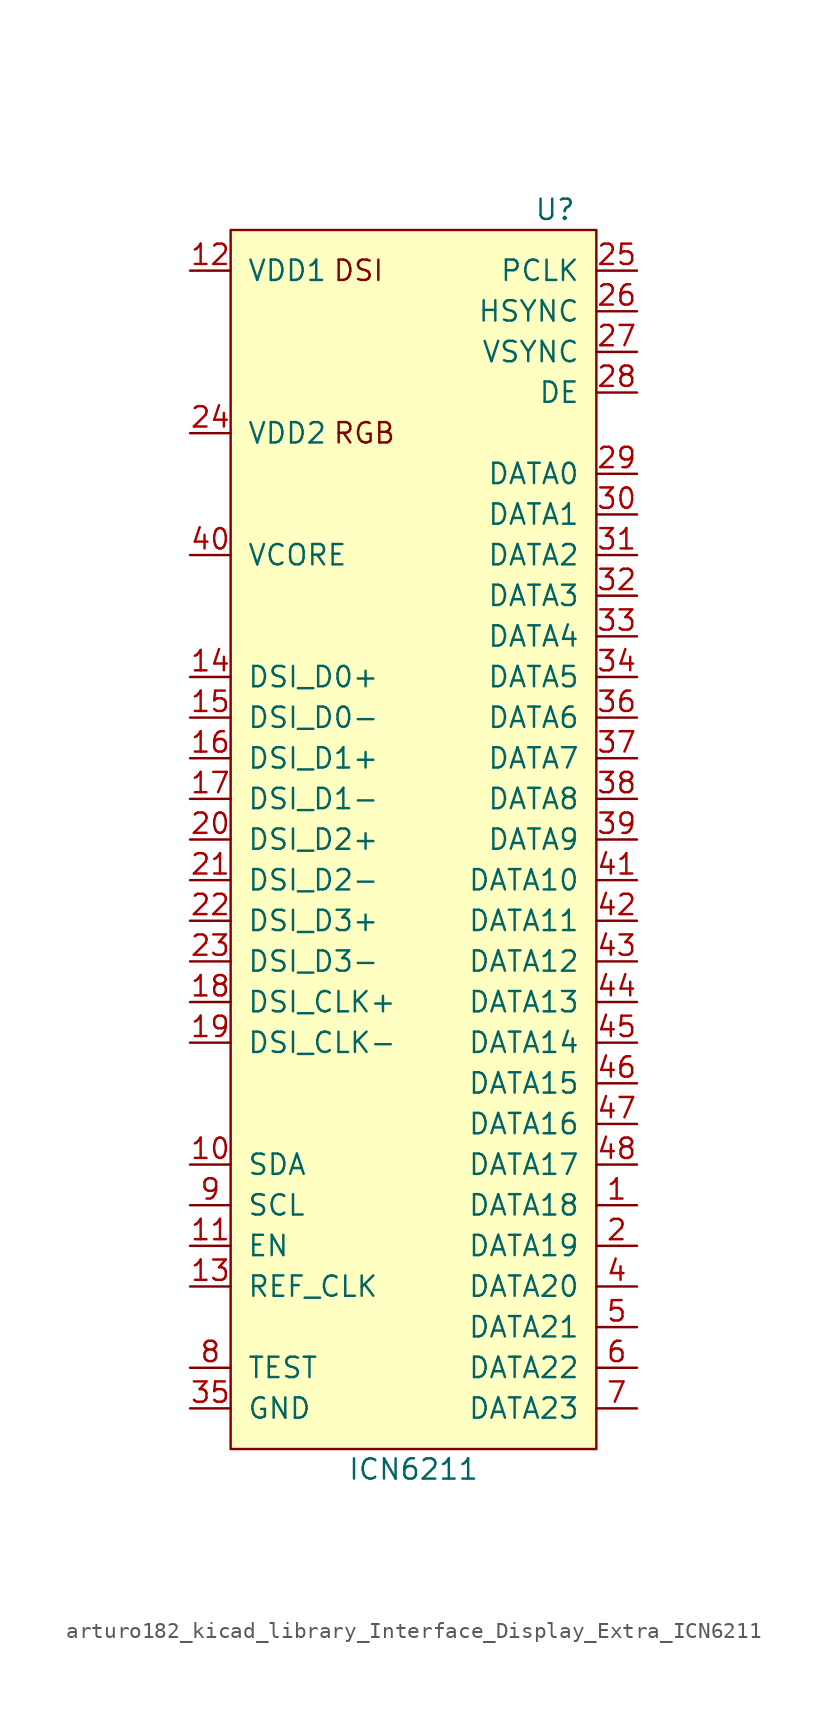
<source format=kicad_sym>
(kicad_symbol_lib
  (version 20220914)
  (generator kicad_symbol_editor)
  (symbol "arturo182_kicad_library_Interface_Display_Extra_ICN6211"
    (pin_names
      (offset 1.016))
    (property "Reference" "U"
      (at 10.16 39.37 0)
      (effects (font (size 1.27 1.27)) (justify right)))
    (property "Value" "ICN6211"
      (at 0 -39.37 0)
      (effects (font (size 1.27 1.27))))
    (symbol "arturo182_kicad_library_Interface_Display_Extra_ICN6211_0_0"
      (text "DSI" (at -5.08 35.56 0) (effects (font (size 1.27 1.27)) (justify left)))
      (text "RGB" (at -5.08 25.4 0) (effects (font (size 1.27 1.27)) (justify left))))
    (symbol "arturo182_kicad_library_Interface_Display_Extra_ICN6211_0_1"
      (rectangle (start -11.43 38.1) (end 11.43 -38.1) (stroke (width 0) (type solid)) (fill (type background))))
    (symbol "arturo182_kicad_library_Interface_Display_Extra_ICN6211_1_1"
      (pin output line (at 13.97 -22.86 180) (length 2.54) (name "DATA18" (effects (font (size 1.27 1.27)))) (number "1" (effects (font (size 1.27 1.27)))))
      (pin bidirectional line (at -13.97 -20.32 0) (length 2.54) (name "SDA" (effects (font (size 1.27 1.27)))) (number "10" (effects (font (size 1.27 1.27)))))
      (pin input line (at -13.97 -25.4 0) (length 2.54) (name "EN" (effects (font (size 1.27 1.27)))) (number "11" (effects (font (size 1.27 1.27)))))
      (pin power_in line (at -13.97 35.56 0) (length 2.54) (name "VDD1" (effects (font (size 1.27 1.27)))) (number "12" (effects (font (size 1.27 1.27)))))
      (pin input line (at -13.97 -27.94 0) (length 2.54) (name "REF_CLK" (effects (font (size 1.27 1.27)))) (number "13" (effects (font (size 1.27 1.27)))))
      (pin bidirectional line (at -13.97 10.16 0) (length 2.54) (name "DSI_D0+" (effects (font (size 1.27 1.27)))) (number "14" (effects (font (size 1.27 1.27)))))
      (pin bidirectional line (at -13.97 7.62 0) (length 2.54) (name "DSI_D0-" (effects (font (size 1.27 1.27)))) (number "15" (effects (font (size 1.27 1.27)))))
      (pin bidirectional line (at -13.97 5.08 0) (length 2.54) (name "DSI_D1+" (effects (font (size 1.27 1.27)))) (number "16" (effects (font (size 1.27 1.27)))))
      (pin bidirectional line (at -13.97 2.54 0) (length 2.54) (name "DSI_D1-" (effects (font (size 1.27 1.27)))) (number "17" (effects (font (size 1.27 1.27)))))
      (pin bidirectional line (at -13.97 -10.16 0) (length 2.54) (name "DSI_CLK+" (effects (font (size 1.27 1.27)))) (number "18" (effects (font (size 1.27 1.27)))))
      (pin bidirectional line (at -13.97 -12.7 0) (length 2.54) (name "DSI_CLK-" (effects (font (size 1.27 1.27)))) (number "19" (effects (font (size 1.27 1.27)))))
      (pin output line (at 13.97 -25.4 180) (length 2.54) (name "DATA19" (effects (font (size 1.27 1.27)))) (number "2" (effects (font (size 1.27 1.27)))))
      (pin bidirectional line (at -13.97 0 0) (length 2.54) (name "DSI_D2+" (effects (font (size 1.27 1.27)))) (number "20" (effects (font (size 1.27 1.27)))))
      (pin bidirectional line (at -13.97 -2.54 0) (length 2.54) (name "DSI_D2-" (effects (font (size 1.27 1.27)))) (number "21" (effects (font (size 1.27 1.27)))))
      (pin bidirectional line (at -13.97 -5.08 0) (length 2.54) (name "DSI_D3+" (effects (font (size 1.27 1.27)))) (number "22" (effects (font (size 1.27 1.27)))))
      (pin bidirectional line (at -13.97 -7.62 0) (length 2.54) (name "DSI_D3-" (effects (font (size 1.27 1.27)))) (number "23" (effects (font (size 1.27 1.27)))))
      (pin power_in line (at -13.97 25.4 0) (length 2.54) (name "VDD2" (effects (font (size 1.27 1.27)))) (number "24" (effects (font (size 1.27 1.27)))))
      (pin output line (at 13.97 35.56 180) (length 2.54) (name "PCLK" (effects (font (size 1.27 1.27)))) (number "25" (effects (font (size 1.27 1.27)))))
      (pin output line (at 13.97 33.02 180) (length 2.54) (name "HSYNC" (effects (font (size 1.27 1.27)))) (number "26" (effects (font (size 1.27 1.27)))))
      (pin output line (at 13.97 30.48 180) (length 2.54) (name "VSYNC" (effects (font (size 1.27 1.27)))) (number "27" (effects (font (size 1.27 1.27)))))
      (pin output line (at 13.97 27.94 180) (length 2.54) (name "DE" (effects (font (size 1.27 1.27)))) (number "28" (effects (font (size 1.27 1.27)))))
      (pin output line (at 13.97 22.86 180) (length 2.54) (name "DATA0" (effects (font (size 1.27 1.27)))) (number "29" (effects (font (size 1.27 1.27)))))
      (pin passive line (at -13.97 25.4 0) (length 2.54) hide (name "VDD3" (effects (font (size 1.27 1.27)))) (number "3" (effects (font (size 1.27 1.27)))))
      (pin output line (at 13.97 20.32 180) (length 2.54) (name "DATA1" (effects (font (size 1.27 1.27)))) (number "30" (effects (font (size 1.27 1.27)))))
      (pin output line (at 13.97 17.78 180) (length 2.54) (name "DATA2" (effects (font (size 1.27 1.27)))) (number "31" (effects (font (size 1.27 1.27)))))
      (pin output line (at 13.97 15.24 180) (length 2.54) (name "DATA3" (effects (font (size 1.27 1.27)))) (number "32" (effects (font (size 1.27 1.27)))))
      (pin output line (at 13.97 12.7 180) (length 2.54) (name "DATA4" (effects (font (size 1.27 1.27)))) (number "33" (effects (font (size 1.27 1.27)))))
      (pin output line (at 13.97 10.16 180) (length 2.54) (name "DATA5" (effects (font (size 1.27 1.27)))) (number "34" (effects (font (size 1.27 1.27)))))
      (pin power_in line (at -13.97 -35.56 0) (length 2.54) (name "GND" (effects (font (size 1.27 1.27)))) (number "35" (effects (font (size 1.27 1.27)))))
      (pin output line (at 13.97 7.62 180) (length 2.54) (name "DATA6" (effects (font (size 1.27 1.27)))) (number "36" (effects (font (size 1.27 1.27)))))
      (pin output line (at 13.97 5.08 180) (length 2.54) (name "DATA7" (effects (font (size 1.27 1.27)))) (number "37" (effects (font (size 1.27 1.27)))))
      (pin output line (at 13.97 2.54 180) (length 2.54) (name "DATA8" (effects (font (size 1.27 1.27)))) (number "38" (effects (font (size 1.27 1.27)))))
      (pin output line (at 13.97 0 180) (length 2.54) (name "DATA9" (effects (font (size 1.27 1.27)))) (number "39" (effects (font (size 1.27 1.27)))))
      (pin output line (at 13.97 -27.94 180) (length 2.54) (name "DATA20" (effects (font (size 1.27 1.27)))) (number "4" (effects (font (size 1.27 1.27)))))
      (pin power_out line (at -13.97 17.78 0) (length 2.54) (name "VCORE" (effects (font (size 1.27 1.27)))) (number "40" (effects (font (size 1.27 1.27)))))
      (pin output line (at 13.97 -2.54 180) (length 2.54) (name "DATA10" (effects (font (size 1.27 1.27)))) (number "41" (effects (font (size 1.27 1.27)))))
      (pin output line (at 13.97 -5.08 180) (length 2.54) (name "DATA11" (effects (font (size 1.27 1.27)))) (number "42" (effects (font (size 1.27 1.27)))))
      (pin output line (at 13.97 -7.62 180) (length 2.54) (name "DATA12" (effects (font (size 1.27 1.27)))) (number "43" (effects (font (size 1.27 1.27)))))
      (pin output line (at 13.97 -10.16 180) (length 2.54) (name "DATA13" (effects (font (size 1.27 1.27)))) (number "44" (effects (font (size 1.27 1.27)))))
      (pin output line (at 13.97 -12.7 180) (length 2.54) (name "DATA14" (effects (font (size 1.27 1.27)))) (number "45" (effects (font (size 1.27 1.27)))))
      (pin output line (at 13.97 -15.24 180) (length 2.54) (name "DATA15" (effects (font (size 1.27 1.27)))) (number "46" (effects (font (size 1.27 1.27)))))
      (pin output line (at 13.97 -17.78 180) (length 2.54) (name "DATA16" (effects (font (size 1.27 1.27)))) (number "47" (effects (font (size 1.27 1.27)))))
      (pin output line (at 13.97 -20.32 180) (length 2.54) (name "DATA17" (effects (font (size 1.27 1.27)))) (number "48" (effects (font (size 1.27 1.27)))))
      (pin passive line (at -13.97 -35.56 0) (length 2.54) hide (name "PAD" (effects (font (size 1.27 1.27)))) (number "49" (effects (font (size 1.27 1.27)))))
      (pin output line (at 13.97 -30.48 180) (length 2.54) (name "DATA21" (effects (font (size 1.27 1.27)))) (number "5" (effects (font (size 1.27 1.27)))))
      (pin output line (at 13.97 -33.02 180) (length 2.54) (name "DATA22" (effects (font (size 1.27 1.27)))) (number "6" (effects (font (size 1.27 1.27)))))
      (pin output line (at 13.97 -35.56 180) (length 2.54) (name "DATA23" (effects (font (size 1.27 1.27)))) (number "7" (effects (font (size 1.27 1.27)))))
      (pin input line (at -13.97 -33.02 0) (length 2.54) (name "TEST" (effects (font (size 1.27 1.27)))) (number "8" (effects (font (size 1.27 1.27)))))
      (pin input line (at -13.97 -22.86 0) (length 2.54) (name "SCL" (effects (font (size 1.27 1.27)))) (number "9" (effects (font (size 1.27 1.27))))))))
</source>
